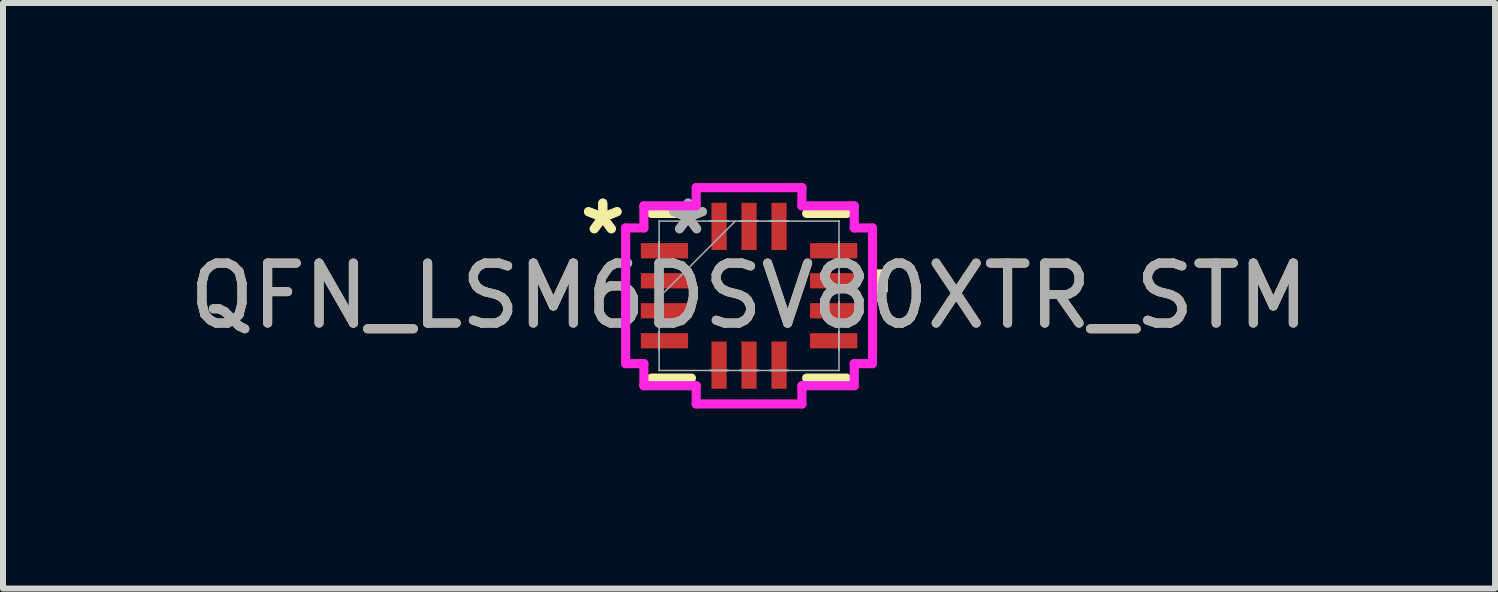
<source format=kicad_pcb>
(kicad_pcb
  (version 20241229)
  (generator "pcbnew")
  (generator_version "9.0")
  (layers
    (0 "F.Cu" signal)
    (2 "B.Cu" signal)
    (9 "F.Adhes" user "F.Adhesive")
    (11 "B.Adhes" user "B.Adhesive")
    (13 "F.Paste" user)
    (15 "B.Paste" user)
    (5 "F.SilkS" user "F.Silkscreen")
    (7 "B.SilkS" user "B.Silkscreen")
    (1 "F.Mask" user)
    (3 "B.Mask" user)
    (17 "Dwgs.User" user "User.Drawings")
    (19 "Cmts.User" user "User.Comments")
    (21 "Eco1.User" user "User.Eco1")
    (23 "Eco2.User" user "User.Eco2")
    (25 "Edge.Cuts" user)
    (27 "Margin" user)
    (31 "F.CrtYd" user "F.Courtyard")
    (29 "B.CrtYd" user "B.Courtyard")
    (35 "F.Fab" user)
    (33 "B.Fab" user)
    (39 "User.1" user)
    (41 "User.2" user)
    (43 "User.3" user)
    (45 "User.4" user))
  (footprint "QFN_LSM6DSV80XTR_STM"
    (layer "F.Cu")
    (at 9.435 1.88)
    (property "Reference" "QFN_LSM6DSV80XTR_STM" (at 0 0 0) (unlocked yes) (layer "F.SilkS") (effects (font (size 1 1) (thickness 0.15))))
    (attr smd)
    (fp_line (start -1.626 1.372) (end -0.96 1.372) (stroke (width 0.152) (type solid)) (layer "F.SilkS"))
    (fp_line (start -0.96 -1.372) (end -1.626 -1.372) (stroke (width 0.152) (type solid)) (layer "F.SilkS"))
    (fp_line (start 0.96 1.372) (end 1.626 1.372) (stroke (width 0.152) (type solid)) (layer "F.SilkS"))
    (fp_line (start 1.626 -1.372) (end 0.96 -1.372) (stroke (width 0.152) (type solid)) (layer "F.SilkS"))
    (fp_poly (pts (xy 2.311 -0.441) (xy 2.311 -0.059) (xy 2.057 -0.059) (xy 2.057 -0.441)) (stroke (width 0) (type solid)) (fill yes) (layer "F.SilkS"))
    (fp_line (start -2.057 -1.131) (end -1.753 -1.131) (stroke (width 0.152) (type solid)) (layer "F.CrtYd"))
    (fp_line (start -2.057 1.131) (end -2.057 -1.131) (stroke (width 0.152) (type solid)) (layer "F.CrtYd"))
    (fp_line (start -1.753 -1.499) (end -0.881 -1.499) (stroke (width 0.152) (type solid)) (layer "F.CrtYd"))
    (fp_line (start -1.753 -1.131) (end -1.753 -1.499) (stroke (width 0.152) (type solid)) (layer "F.CrtYd"))
    (fp_line (start -1.753 1.131) (end -2.057 1.131) (stroke (width 0.152) (type solid)) (layer "F.CrtYd"))
    (fp_line (start -1.753 1.499) (end -1.753 1.131) (stroke (width 0.152) (type solid)) (layer "F.CrtYd"))
    (fp_line (start -0.881 -1.803) (end 0.881 -1.803) (stroke (width 0.152) (type solid)) (layer "F.CrtYd"))
    (fp_line (start -0.881 -1.499) (end -0.881 -1.803) (stroke (width 0.152) (type solid)) (layer "F.CrtYd"))
    (fp_line (start -0.881 1.499) (end -1.753 1.499) (stroke (width 0.152) (type solid)) (layer "F.CrtYd"))
    (fp_line (start -0.881 1.803) (end -0.881 1.499) (stroke (width 0.152) (type solid)) (layer "F.CrtYd"))
    (fp_line (start 0.881 -1.803) (end 0.881 -1.499) (stroke (width 0.152) (type solid)) (layer "F.CrtYd"))
    (fp_line (start 0.881 -1.499) (end 1.753 -1.499) (stroke (width 0.152) (type solid)) (layer "F.CrtYd"))
    (fp_line (start 0.881 1.499) (end 0.881 1.803) (stroke (width 0.152) (type solid)) (layer "F.CrtYd"))
    (fp_line (start 0.881 1.803) (end -0.881 1.803) (stroke (width 0.152) (type solid)) (layer "F.CrtYd"))
    (fp_line (start 1.753 -1.499) (end 1.753 -1.131) (stroke (width 0.152) (type solid)) (layer "F.CrtYd"))
    (fp_line (start 1.753 -1.131) (end 2.057 -1.131) (stroke (width 0.152) (type solid)) (layer "F.CrtYd"))
    (fp_line (start 1.753 1.131) (end 1.753 1.499) (stroke (width 0.152) (type solid)) (layer "F.CrtYd"))
    (fp_line (start 1.753 1.499) (end 0.881 1.499) (stroke (width 0.152) (type solid)) (layer "F.CrtYd"))
    (fp_line (start 2.057 -1.131) (end 2.057 1.131) (stroke (width 0.152) (type solid)) (layer "F.CrtYd"))
    (fp_line (start 2.057 1.131) (end 1.753 1.131) (stroke (width 0.152) (type solid)) (layer "F.CrtYd"))
    (fp_line (start -1.499 -1.245) (end -1.499 -1.245) (stroke (width 0.025) (type solid)) (layer "F.Fab"))
    (fp_line (start -1.499 -1.245) (end -1.499 1.245) (stroke (width 0.025) (type solid)) (layer "F.Fab"))
    (fp_line (start -1.499 -0.902) (end -1.499 -0.902) (stroke (width 0.025) (type solid)) (layer "F.Fab"))
    (fp_line (start -1.499 -0.902) (end -1.499 -0.598) (stroke (width 0.025) (type solid)) (layer "F.Fab"))
    (fp_line (start -1.499 -0.598) (end -1.499 -0.902) (stroke (width 0.025) (type solid)) (layer "F.Fab"))
    (fp_line (start -1.499 -0.598) (end -1.499 -0.598) (stroke (width 0.025) (type solid)) (layer "F.Fab"))
    (fp_line (start -1.499 -0.402) (end -1.499 -0.402) (stroke (width 0.025) (type solid)) (layer "F.Fab"))
    (fp_line (start -1.499 -0.402) (end -1.499 -0.098) (stroke (width 0.025) (type solid)) (layer "F.Fab"))
    (fp_line (start -1.499 -0.098) (end -1.499 -0.402) (stroke (width 0.025) (type solid)) (layer "F.Fab"))
    (fp_line (start -1.499 -0.098) (end -1.499 -0.098) (stroke (width 0.025) (type solid)) (layer "F.Fab"))
    (fp_line (start -1.499 0.025) (end -0.229 -1.245) (stroke (width 0.025) (type solid)) (layer "F.Fab"))
    (fp_line (start -1.499 0.098) (end -1.499 0.098) (stroke (width 0.025) (type solid)) (layer "F.Fab"))
    (fp_line (start -1.499 0.098) (end -1.499 0.402) (stroke (width 0.025) (type solid)) (layer "F.Fab"))
    (fp_line (start -1.499 0.402) (end -1.499 0.098) (stroke (width 0.025) (type solid)) (layer "F.Fab"))
    (fp_line (start -1.499 0.402) (end -1.499 0.402) (stroke (width 0.025) (type solid)) (layer "F.Fab"))
    (fp_line (start -1.499 0.598) (end -1.499 0.598) (stroke (width 0.025) (type solid)) (layer "F.Fab"))
    (fp_line (start -1.499 0.598) (end -1.499 0.902) (stroke (width 0.025) (type solid)) (layer "F.Fab"))
    (fp_line (start -1.499 0.902) (end -1.499 0.598) (stroke (width 0.025) (type solid)) (layer "F.Fab"))
    (fp_line (start -1.499 0.902) (end -1.499 0.902) (stroke (width 0.025) (type solid)) (layer "F.Fab"))
    (fp_line (start -1.499 1.245) (end -1.499 1.245) (stroke (width 0.025) (type solid)) (layer "F.Fab"))
    (fp_line (start -1.499 1.245) (end 1.499 1.245) (stroke (width 0.025) (type solid)) (layer "F.Fab"))
    (fp_line (start -0.652 -1.245) (end -0.652 -1.245) (stroke (width 0.025) (type solid)) (layer "F.Fab"))
    (fp_line (start -0.652 -1.245) (end -0.348 -1.245) (stroke (width 0.025) (type solid)) (layer "F.Fab"))
    (fp_line (start -0.652 1.245) (end -0.652 1.245) (stroke (width 0.025) (type solid)) (layer "F.Fab"))
    (fp_line (start -0.652 1.245) (end -0.348 1.245) (stroke (width 0.025) (type solid)) (layer "F.Fab"))
    (fp_line (start -0.348 -1.245) (end -0.652 -1.245) (stroke (width 0.025) (type solid)) (layer "F.Fab"))
    (fp_line (start -0.348 -1.245) (end -0.348 -1.245) (stroke (width 0.025) (type solid)) (layer "F.Fab"))
    (fp_line (start -0.348 1.245) (end -0.652 1.245) (stroke (width 0.025) (type solid)) (layer "F.Fab"))
    (fp_line (start -0.348 1.245) (end -0.348 1.245) (stroke (width 0.025) (type solid)) (layer "F.Fab"))
    (fp_line (start -0.152 -1.245) (end -0.152 -1.245) (stroke (width 0.025) (type solid)) (layer "F.Fab"))
    (fp_line (start -0.152 -1.245) (end 0.152 -1.245) (stroke (width 0.025) (type solid)) (layer "F.Fab"))
    (fp_line (start -0.152 1.245) (end -0.152 1.245) (stroke (width 0.025) (type solid)) (layer "F.Fab"))
    (fp_line (start -0.152 1.245) (end 0.152 1.245) (stroke (width 0.025) (type solid)) (layer "F.Fab"))
    (fp_line (start 0.152 -1.245) (end -0.152 -1.245) (stroke (width 0.025) (type solid)) (layer "F.Fab"))
    (fp_line (start 0.152 -1.245) (end 0.152 -1.245) (stroke (width 0.025) (type solid)) (layer "F.Fab"))
    (fp_line (start 0.152 1.245) (end -0.152 1.245) (stroke (width 0.025) (type solid)) (layer "F.Fab"))
    (fp_line (start 0.152 1.245) (end 0.152 1.245) (stroke (width 0.025) (type solid)) (layer "F.Fab"))
    (fp_line (start 0.348 -1.245) (end 0.348 -1.245) (stroke (width 0.025) (type solid)) (layer "F.Fab"))
    (fp_line (start 0.348 -1.245) (end 0.652 -1.245) (stroke (width 0.025) (type solid)) (layer "F.Fab"))
    (fp_line (start 0.348 1.245) (end 0.348 1.245) (stroke (width 0.025) (type solid)) (layer "F.Fab"))
    (fp_line (start 0.348 1.245) (end 0.652 1.245) (stroke (width 0.025) (type solid)) (layer "F.Fab"))
    (fp_line (start 0.652 -1.245) (end 0.348 -1.245) (stroke (width 0.025) (type solid)) (layer "F.Fab"))
    (fp_line (start 0.652 -1.245) (end 0.652 -1.245) (stroke (width 0.025) (type solid)) (layer "F.Fab"))
    (fp_line (start 0.652 1.245) (end 0.348 1.245) (stroke (width 0.025) (type solid)) (layer "F.Fab"))
    (fp_line (start 0.652 1.245) (end 0.652 1.245) (stroke (width 0.025) (type solid)) (layer "F.Fab"))
    (fp_line (start 1.499 -1.245) (end -1.499 -1.245) (stroke (width 0.025) (type solid)) (layer "F.Fab"))
    (fp_line (start 1.499 -1.245) (end 1.499 -1.245) (stroke (width 0.025) (type solid)) (layer "F.Fab"))
    (fp_line (start 1.499 -0.902) (end 1.499 -0.902) (stroke (width 0.025) (type solid)) (layer "F.Fab"))
    (fp_line (start 1.499 -0.902) (end 1.499 -0.598) (stroke (width 0.025) (type solid)) (layer "F.Fab"))
    (fp_line (start 1.499 -0.598) (end 1.499 -0.902) (stroke (width 0.025) (type solid)) (layer "F.Fab"))
    (fp_line (start 1.499 -0.598) (end 1.499 -0.598) (stroke (width 0.025) (type solid)) (layer "F.Fab"))
    (fp_line (start 1.499 -0.402) (end 1.499 -0.402) (stroke (width 0.025) (type solid)) (layer "F.Fab"))
    (fp_line (start 1.499 -0.402) (end 1.499 -0.098) (stroke (width 0.025) (type solid)) (layer "F.Fab"))
    (fp_line (start 1.499 -0.098) (end 1.499 -0.402) (stroke (width 0.025) (type solid)) (layer "F.Fab"))
    (fp_line (start 1.499 -0.098) (end 1.499 -0.098) (stroke (width 0.025) (type solid)) (layer "F.Fab"))
    (fp_line (start 1.499 0.098) (end 1.499 0.098) (stroke (width 0.025) (type solid)) (layer "F.Fab"))
    (fp_line (start 1.499 0.098) (end 1.499 0.402) (stroke (width 0.025) (type solid)) (layer "F.Fab"))
    (fp_line (start 1.499 0.402) (end 1.499 0.098) (stroke (width 0.025) (type solid)) (layer "F.Fab"))
    (fp_line (start 1.499 0.402) (end 1.499 0.402) (stroke (width 0.025) (type solid)) (layer "F.Fab"))
    (fp_line (start 1.499 0.598) (end 1.499 0.598) (stroke (width 0.025) (type solid)) (layer "F.Fab"))
    (fp_line (start 1.499 0.598) (end 1.499 0.902) (stroke (width 0.025) (type solid)) (layer "F.Fab"))
    (fp_line (start 1.499 0.902) (end 1.499 0.598) (stroke (width 0.025) (type solid)) (layer "F.Fab"))
    (fp_line (start 1.499 0.902) (end 1.499 0.902) (stroke (width 0.025) (type solid)) (layer "F.Fab"))
    (fp_line (start 1.499 1.245) (end 1.499 -1.245) (stroke (width 0.025) (type solid)) (layer "F.Fab"))
    (fp_line (start 1.499 1.245) (end 1.499 1.245) (stroke (width 0.025) (type solid)) (layer "F.Fab"))
    (fp_text user "*" (at -2.438 -1 0) (unlocked yes) (layer "F.SilkS") (effects (font (size 1 1) (thickness 0.15))))
    (fp_text user "*" (at -2.438 -1 0) (layer "F.SilkS") (effects (font (size 1 1) (thickness 0.15))))
    (fp_text user "*" (at -1.016 -1 0) (unlocked yes) (layer "F.Fab") (effects (font (size 1 1) (thickness 0.15))))
    (fp_text user "*" (at -1.016 -1 0) (layer "F.Fab") (effects (font (size 1 1) (thickness 0.15))))
    (fp_text user "${REFERENCE}" (at 0 0 0) (unlocked yes) (layer "F.Fab") (effects (font (size 1 1) (thickness 0.15))))
    (pad "1" smd rect (at -1.41 -0.75 90) (size 0.254 0.787) (layers "F.Cu" "F.Mask" "F.Paste"))
    (pad "2" smd rect (at -1.41 -0.25 90) (size 0.254 0.787) (layers "F.Cu" "F.Mask" "F.Paste"))
    (pad "3" smd rect (at -1.41 0.25 90) (size 0.254 0.787) (layers "F.Cu" "F.Mask" "F.Paste"))
    (pad "4" smd rect (at -1.41 0.75 90) (size 0.254 0.787) (layers "F.Cu" "F.Mask" "F.Paste"))
    (pad "5" smd rect (at -0.5 1.156) (size 0.254 0.787) (layers "F.Cu" "F.Mask" "F.Paste"))
    (pad "6" smd rect (at 0 1.156) (size 0.254 0.787) (layers "F.Cu" "F.Mask" "F.Paste"))
    (pad "7" smd rect (at 0.5 1.156) (size 0.254 0.787) (layers "F.Cu" "F.Mask" "F.Paste"))
    (pad "8" smd rect (at 1.41 0.75 90) (size 0.254 0.787) (layers "F.Cu" "F.Mask" "F.Paste"))
    (pad "9" smd rect (at 1.41 0.25 90) (size 0.254 0.787) (layers "F.Cu" "F.Mask" "F.Paste"))
    (pad "10" smd rect (at 1.41 -0.25 90) (size 0.254 0.787) (layers "F.Cu" "F.Mask" "F.Paste"))
    (pad "11" smd rect (at 1.41 -0.75 90) (size 0.254 0.787) (layers "F.Cu" "F.Mask" "F.Paste"))
    (pad "12" smd rect (at 0.5 -1.156) (size 0.254 0.787) (layers "F.Cu" "F.Mask" "F.Paste"))
    (pad "13" smd rect (at 0 -1.156) (size 0.254 0.787) (layers "F.Cu" "F.Mask" "F.Paste"))
    (pad "14" smd rect (at -0.5 -1.156) (size 0.254 0.787) (layers "F.Cu" "F.Mask" "F.Paste")))
  (gr_rect
    (start -3 -3)
    (end 21.869 6.759)
    (stroke (width 0.1) (type default))
    (fill no)
    (layer "Edge.Cuts")))
</source>
